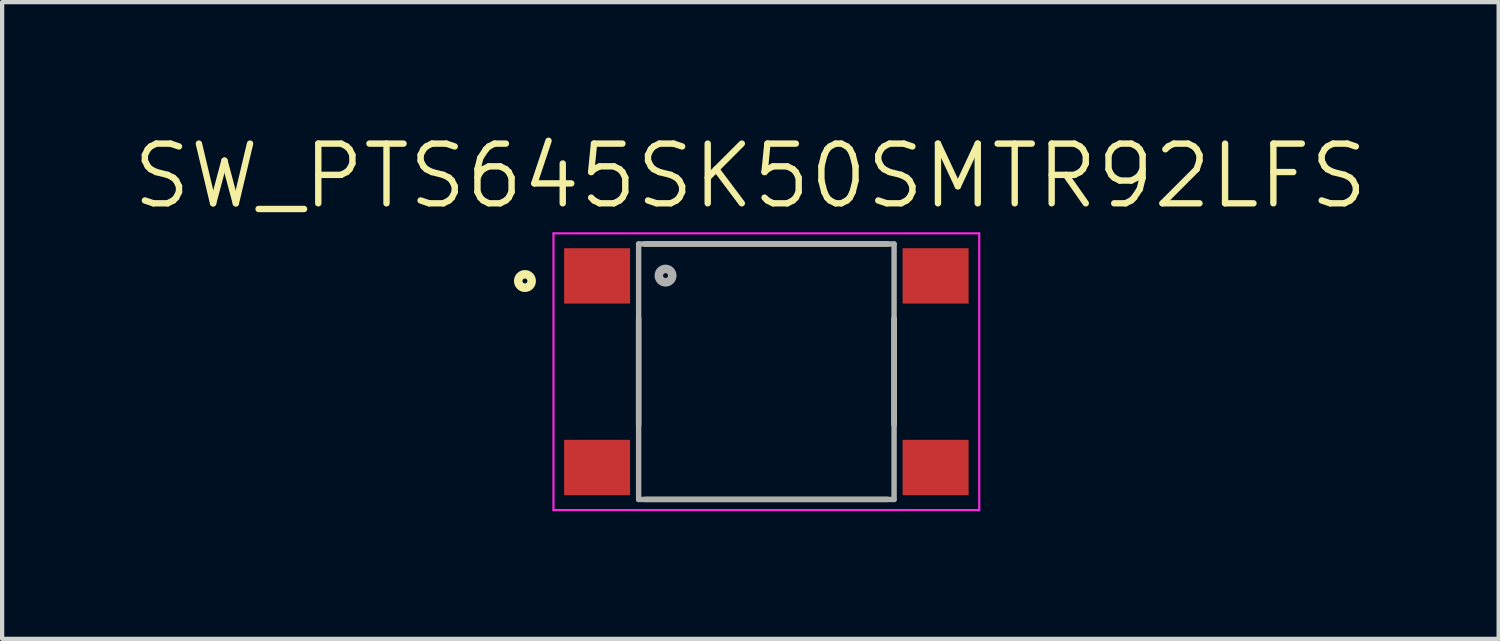
<source format=kicad_pcb>
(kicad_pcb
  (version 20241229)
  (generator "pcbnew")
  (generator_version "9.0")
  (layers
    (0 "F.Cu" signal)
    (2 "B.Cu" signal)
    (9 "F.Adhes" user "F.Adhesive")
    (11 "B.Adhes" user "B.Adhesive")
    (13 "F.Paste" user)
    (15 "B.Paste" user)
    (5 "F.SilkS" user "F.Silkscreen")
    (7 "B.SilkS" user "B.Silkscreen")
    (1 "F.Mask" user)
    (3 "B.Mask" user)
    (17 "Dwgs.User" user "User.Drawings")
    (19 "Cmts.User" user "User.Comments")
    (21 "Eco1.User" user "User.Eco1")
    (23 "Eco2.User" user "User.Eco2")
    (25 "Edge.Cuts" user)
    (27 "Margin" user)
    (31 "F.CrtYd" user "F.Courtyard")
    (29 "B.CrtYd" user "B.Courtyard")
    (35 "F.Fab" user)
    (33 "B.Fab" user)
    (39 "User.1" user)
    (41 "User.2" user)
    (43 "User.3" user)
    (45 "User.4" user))
  (footprint "SW_PTS645SK50SMTR92LFS"
    (layer "F.Cu")
    (at 14.949 5.68)
    (property "Reference" "SW_PTS645SK50SMTR92LFS" (at -0.376 -4.596 0) (layer "F.SilkS") (effects (font (size 1.402 1.402) (thickness 0.15))))
    (attr smd)
    (fp_line (start -3 -1.25) (end -3 1.25) (stroke (width 0.127) (type solid)) (layer "F.SilkS"))
    (fp_line (start -2.85 -3) (end 2.85 -3) (stroke (width 0.127) (type solid)) (layer "F.SilkS"))
    (fp_line (start -2.85 3) (end 2.85 3) (stroke (width 0.127) (type solid)) (layer "F.SilkS"))
    (fp_line (start 3 -1.25) (end 3 1.25) (stroke (width 0.127) (type solid)) (layer "F.SilkS"))
    (fp_circle (center -5.67 -2.13) (end -5.512 -2.13) (stroke (width 0.2) (type solid)) (fill no) (layer "F.SilkS"))
    (fp_line (start -5 -3.25) (end 5 -3.25) (stroke (width 0.05) (type solid)) (layer "F.CrtYd"))
    (fp_line (start -5 3.25) (end -5 -3.25) (stroke (width 0.05) (type solid)) (layer "F.CrtYd"))
    (fp_line (start 5 -3.25) (end 5 3.25) (stroke (width 0.05) (type solid)) (layer "F.CrtYd"))
    (fp_line (start 5 3.25) (end -5 3.25) (stroke (width 0.05) (type solid)) (layer "F.CrtYd"))
    (fp_line (start -3 -3) (end 3 -3) (stroke (width 0.127) (type solid)) (layer "F.Fab"))
    (fp_line (start -3 3) (end -3 -3) (stroke (width 0.127) (type solid)) (layer "F.Fab"))
    (fp_line (start 3 -3) (end 3 3) (stroke (width 0.127) (type solid)) (layer "F.Fab"))
    (fp_line (start 3 3) (end -3 3) (stroke (width 0.127) (type solid)) (layer "F.Fab"))
    (fp_circle (center -2.368 -2.257) (end -2.21 -2.257) (stroke (width 0.2) (type solid)) (fill no) (layer "F.Fab"))
    (pad "1" smd rect (at -3.975 -2.25) (size 1.55 1.3) (layers "F.Cu" "F.Mask" "F.Paste"))
    (pad "2" smd rect (at 3.975 -2.25) (size 1.55 1.3) (layers "F.Cu" "F.Mask" "F.Paste"))
    (pad "3" smd rect (at -3.975 2.25) (size 1.55 1.3) (layers "F.Cu" "F.Mask" "F.Paste"))
    (pad "4" smd rect (at 3.975 2.25) (size 1.55 1.3) (layers "F.Cu" "F.Mask" "F.Paste")))
  (gr_rect
    (start -3 -3)
    (end 32.148 11.955)
    (stroke (width 0.1) (type default))
    (fill no)
    (layer "Edge.Cuts")))
</source>
